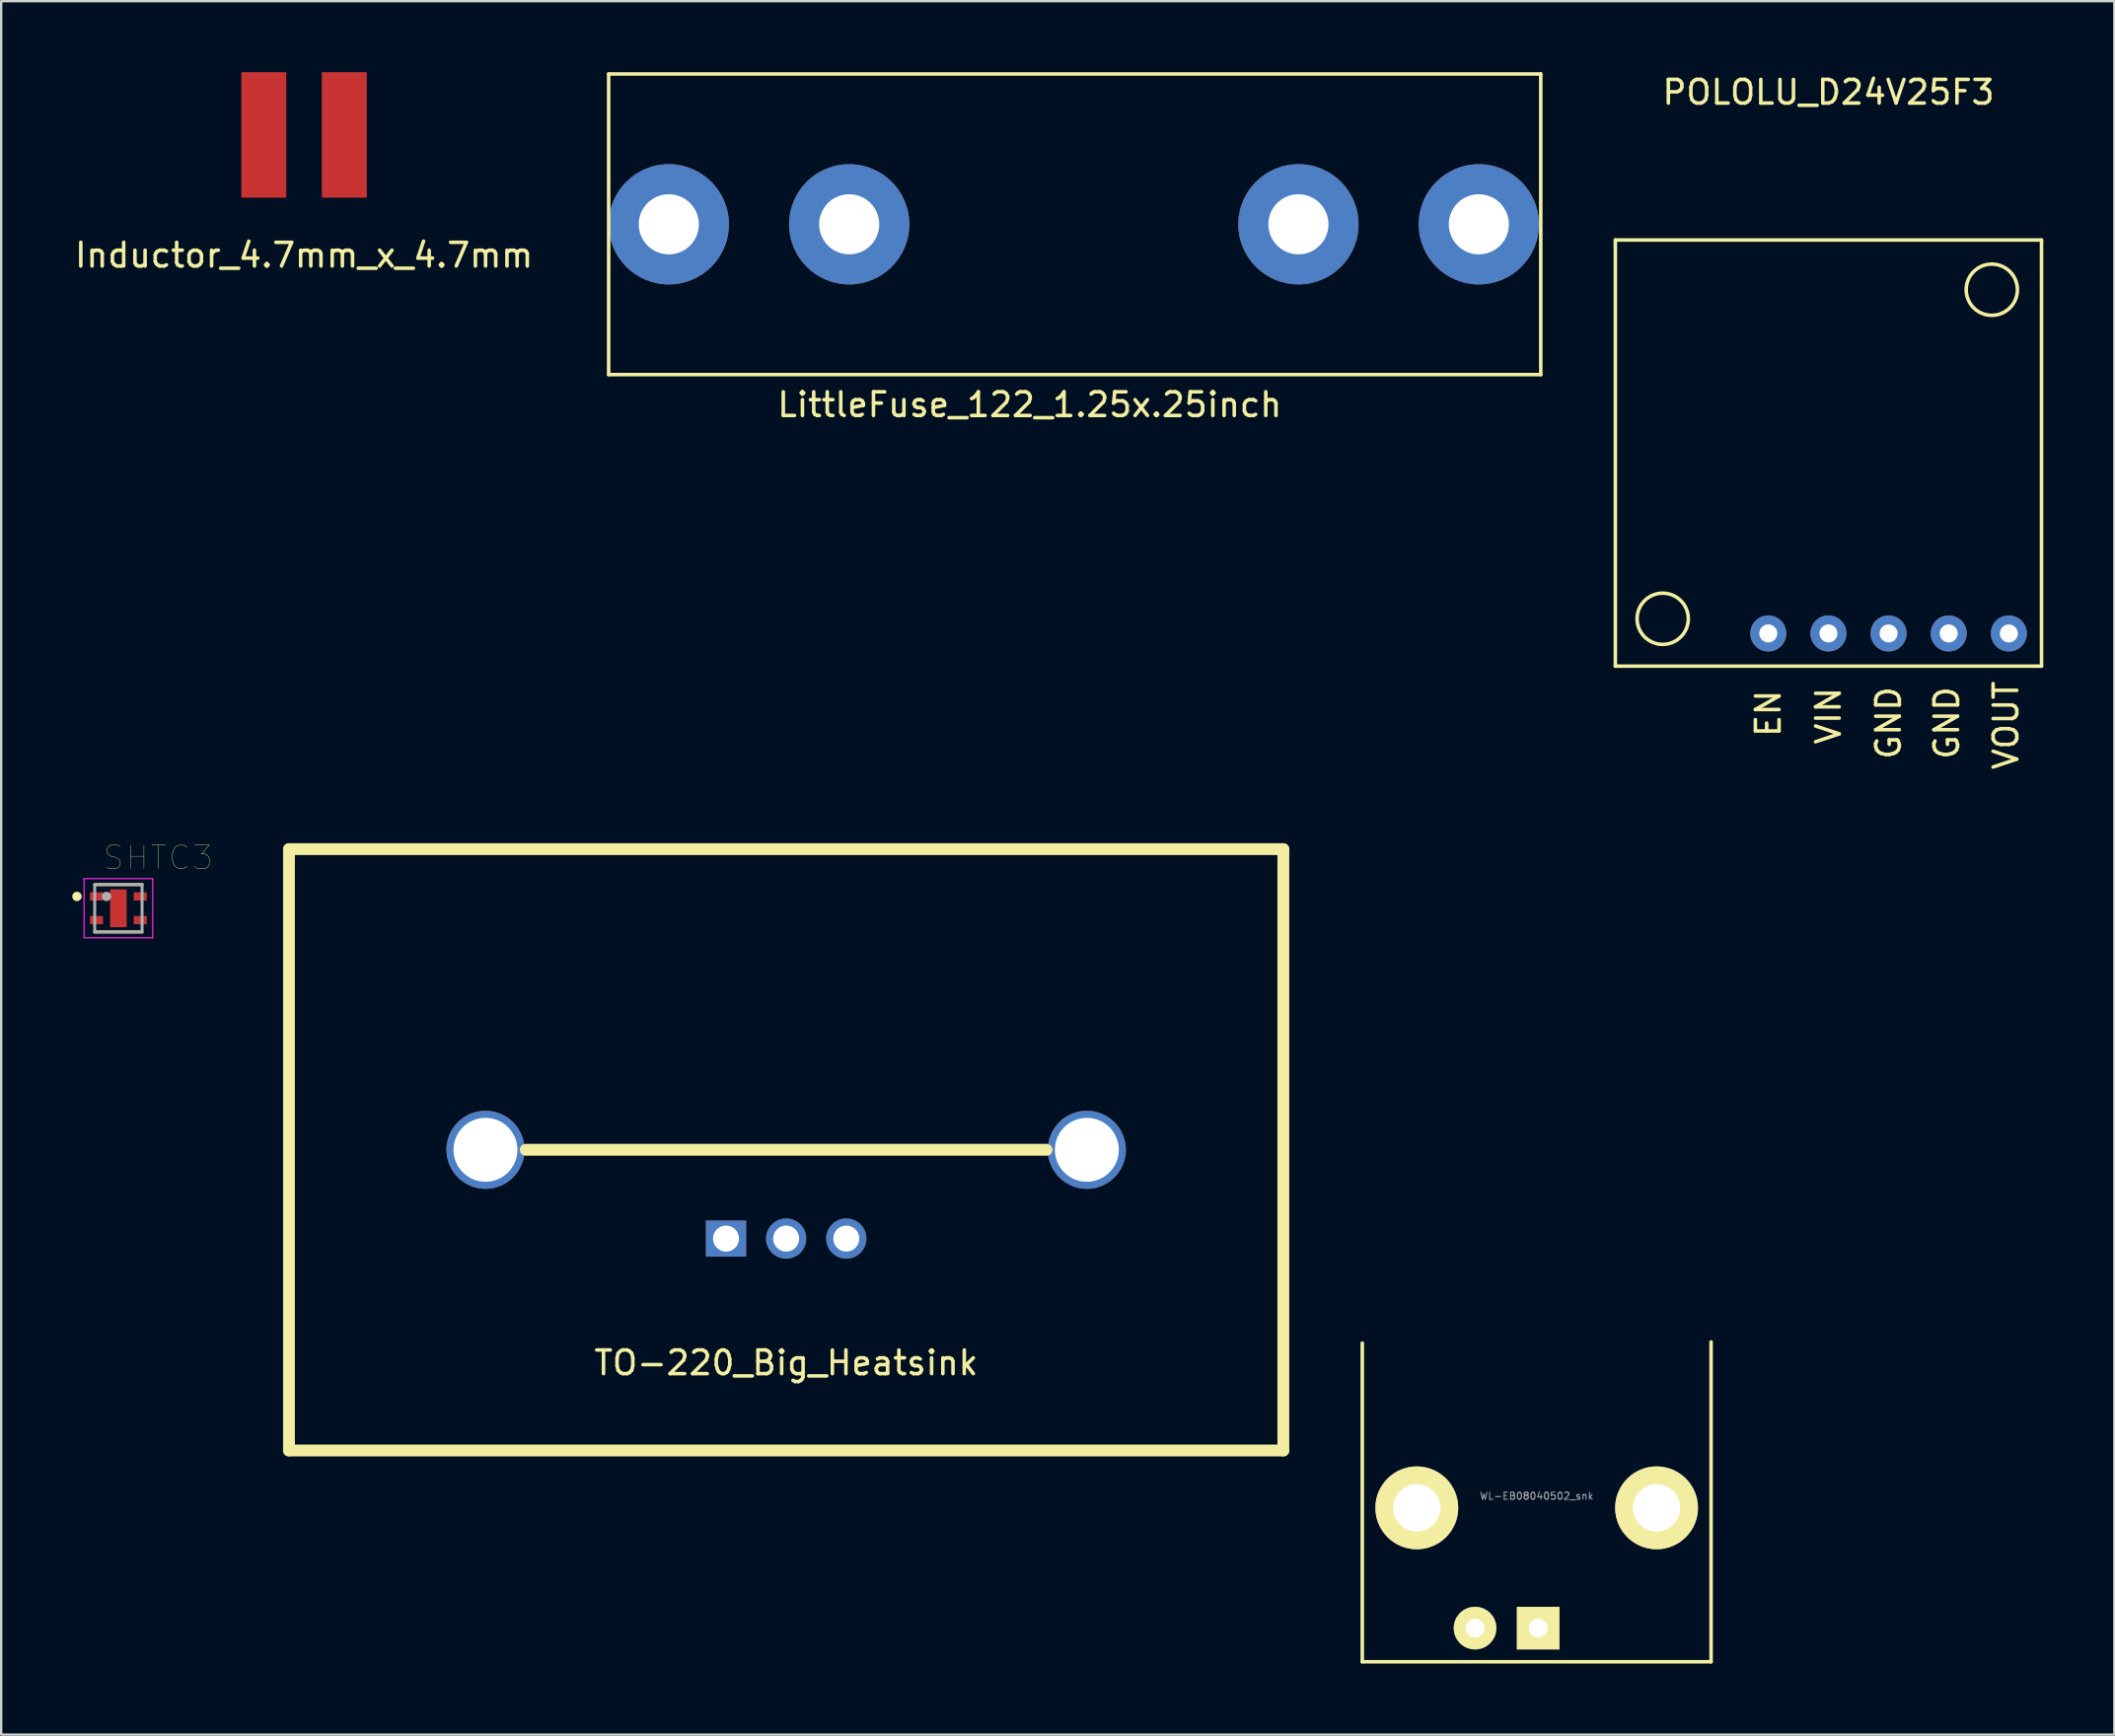
<source format=kicad_pcb>
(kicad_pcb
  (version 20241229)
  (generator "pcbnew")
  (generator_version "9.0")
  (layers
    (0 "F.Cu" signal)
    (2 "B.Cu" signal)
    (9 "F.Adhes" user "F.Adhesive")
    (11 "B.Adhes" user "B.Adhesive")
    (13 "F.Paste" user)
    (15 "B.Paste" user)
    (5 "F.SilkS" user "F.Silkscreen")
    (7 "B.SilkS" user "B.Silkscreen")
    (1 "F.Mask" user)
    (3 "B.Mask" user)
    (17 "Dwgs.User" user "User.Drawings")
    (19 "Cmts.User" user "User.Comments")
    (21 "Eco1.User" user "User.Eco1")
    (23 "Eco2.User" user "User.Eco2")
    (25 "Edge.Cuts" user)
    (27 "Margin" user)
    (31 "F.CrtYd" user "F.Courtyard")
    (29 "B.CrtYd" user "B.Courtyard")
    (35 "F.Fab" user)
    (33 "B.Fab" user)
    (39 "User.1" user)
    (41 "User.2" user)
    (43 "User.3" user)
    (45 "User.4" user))
  (footprint "Inductor_4.7mm_x_4.7mm"
    (layer "F.Cu")
    (at 9.792 2.65)
    (property "Reference" "Inductor_4.7mm_x_4.7mm" (at 0 5.08 0) (layer "F.SilkS") (effects (font (size 1 1) (thickness 0.15))))
    (attr through_hole)
    (pad "1" smd rect (at 1.7 0 90) (size 5.3 1.9) (layers "F.Cu" "F.Mask" "F.Paste"))
    (pad "2" smd rect (at -1.7 0 90) (size 5.3 1.9) (layers "F.Cu" "F.Mask" "F.Paste")))
  (footprint "POLOLU_D24V25F3"
    (layer "F.Cu")
    (at 74.178 16.088)
    (property "Reference" "POLOLU_D24V25F3" (at 0 -15.24 0) (layer "F.SilkS") (effects (font (size 1 1) (thickness 0.15))))
    (attr through_hole)
    (fp_line (start -9 -9) (end 9 -9) (stroke (width 0.15) (type solid)) (layer "F.SilkS"))
    (fp_line (start -9 9) (end -9 -9) (stroke (width 0.15) (type solid)) (layer "F.SilkS"))
    (fp_line (start 9 -9) (end 9 9) (stroke (width 0.15) (type solid)) (layer "F.SilkS"))
    (fp_line (start 9 9) (end -9 9) (stroke (width 0.15) (type solid)) (layer "F.SilkS"))
    (fp_circle (center -7 7) (end -6.1 7.6) (stroke (width 0.15) (type solid)) (fill no) (layer "F.SilkS"))
    (fp_circle (center 6.9 -6.9) (end 7.8 -6.3) (stroke (width 0.15) (type solid)) (fill no) (layer "F.SilkS"))
    (fp_text user "EN" (at -2.54 11 270) (layer "F.SilkS") (effects (font (size 1 1) (thickness 0.15))))
    (fp_text user "GND" (at 5 11.4 90) (layer "F.SilkS") (effects (font (size 1 1) (thickness 0.15))))
    (fp_text user "GND" (at 2.54 11.4 90) (layer "F.SilkS") (effects (font (size 1 1) (thickness 0.15))))
    (fp_text user "VIN" (at 0 11.1 90) (layer "F.SilkS") (effects (font (size 1 1) (thickness 0.15))))
    (fp_text user "VOUT" (at 7.5 11.5 90) (layer "F.SilkS") (effects (font (size 1 1) (thickness 0.15))))
    (pad "1" thru_hole circle (at -2.54 7.62) (size 1.524 1.524) (drill 0.762) (layers "*.Cu" "*.Mask"))
    (pad "2" thru_hole circle (at 0 7.62) (size 1.524 1.524) (drill 0.762) (layers "*.Cu" "*.Mask"))
    (pad "3" thru_hole circle (at 2.54 7.62) (size 1.524 1.524) (drill 0.762) (layers "*.Cu" "*.Mask"))
    (pad "4" thru_hole circle (at 5.08 7.62) (size 1.524 1.524) (drill 0.762) (layers "*.Cu" "*.Mask"))
    (pad "5" thru_hole circle (at 7.62 7.62) (size 1.524 1.524) (drill 0.762) (layers "*.Cu" "*.Mask")))
  (footprint "SHTC3"
    (layer "F.Cu")
    (at 1.95 35.317)
    (property "Reference" "SHTC3" (at 1.675 -2.135 0) (layer "F.SilkS") (effects (font (size 1 1) (thickness 0.015))))
    (attr through_hole)
    (fp_line (start -1 -1) (end 1 -1) (stroke (width 0.127) (type solid)) (layer "F.SilkS"))
    (fp_line (start 1 1) (end -1 1) (stroke (width 0.127) (type solid)) (layer "F.SilkS"))
    (fp_circle (center -1.75 -0.5) (end -1.65 -0.5) (stroke (width 0.2) (type solid)) (fill no) (layer "F.SilkS"))
    (fp_poly (pts (xy -1.301 0.325) (xy -0.75 0.325) (xy -0.75 0.676) (xy -1.301 0.676)) (stroke (width 0.01) (type solid)) (fill yes) (layer "F.Paste"))
    (fp_poly (pts (xy -1.301 -0.675) (xy -0.75 -0.675) (xy -0.75 -0.325) (xy -1.301 -0.325)) (stroke (width 0.01) (type solid)) (fill yes) (layer "F.Paste"))
    (fp_poly (pts (xy -0.25 -0.7) (xy 0.25 -0.7) (xy 0.25 0.701) (xy -0.25 0.701)) (stroke (width 0.01) (type solid)) (fill yes) (layer "F.Paste"))
    (fp_poly (pts (xy 0.751 -0.675) (xy 1.3 -0.675) (xy 1.3 -0.325) (xy 0.751 -0.325)) (stroke (width 0.01) (type solid)) (fill yes) (layer "F.Paste"))
    (fp_poly (pts (xy 0.751 0.325) (xy 1.3 0.325) (xy 1.3 0.676) (xy 0.751 0.676)) (stroke (width 0.01) (type solid)) (fill yes) (layer "F.Paste"))
    (fp_line (start -1.45 -1.25) (end 1.45 -1.25) (stroke (width 0.05) (type solid)) (layer "F.CrtYd"))
    (fp_line (start -1.45 1.25) (end -1.45 -1.25) (stroke (width 0.05) (type solid)) (layer "F.CrtYd"))
    (fp_line (start 1.45 -1.25) (end 1.45 1.25) (stroke (width 0.05) (type solid)) (layer "F.CrtYd"))
    (fp_line (start 1.45 1.25) (end -1.45 1.25) (stroke (width 0.05) (type solid)) (layer "F.CrtYd"))
    (fp_line (start -1 -1) (end 1 -1) (stroke (width 0.127) (type solid)) (layer "F.Fab"))
    (fp_line (start -1 1) (end -1 -1) (stroke (width 0.127) (type solid)) (layer "F.Fab"))
    (fp_line (start 1 -1) (end 1 1) (stroke (width 0.127) (type solid)) (layer "F.Fab"))
    (fp_line (start 1 1) (end -1 1) (stroke (width 0.127) (type solid)) (layer "F.Fab"))
    (fp_circle (center -0.5 -0.5) (end -0.4 -0.5) (stroke (width 0.2) (type solid)) (fill no) (layer "F.Fab"))
    (pad "1" smd rect (at -0.925 -0.5) (size 0.55 0.35) (layers "F.Cu" "F.Mask"))
    (pad "2" smd rect (at -0.925 0.5) (size 0.55 0.35) (layers "F.Cu" "F.Mask"))
    (pad "3" smd rect (at 0.925 0.5) (size 0.55 0.35) (layers "F.Cu" "F.Mask"))
    (pad "4" smd rect (at 0.925 -0.5) (size 0.55 0.35) (layers "F.Cu" "F.Mask"))
    (pad "5" smd rect (at 0 0) (size 0.7 1.6) (layers "F.Cu" "F.Mask")))
  (footprint "TO-220_Big_Heatsink"
    (layer "F.Cu")
    (at 30.155 45.52)
    (property "Reference" "TO-220_Big_Heatsink" (at 0 9 0) (layer "F.SilkS") (effects (font (size 1 1) (thickness 0.15))))
    (attr through_hole)
    (fp_line (start -21 -12.7) (end 21 -12.7) (stroke (width 0.5) (type solid)) (layer "F.SilkS"))
    (fp_line (start -21 12.7) (end -21 -12.7) (stroke (width 0.5) (type solid)) (layer "F.SilkS"))
    (fp_line (start -21 12.7) (end 21 12.7) (stroke (width 0.5) (type solid)) (layer "F.SilkS"))
    (fp_line (start -11 0) (end 11 0) (stroke (width 0.5) (type solid)) (layer "F.SilkS"))
    (fp_line (start 21 12.7) (end 21 -12.7) (stroke (width 0.5) (type solid)) (layer "F.SilkS"))
    (pad "" np_thru_hole circle (at -12.7 0) (size 3.3 3.3) (drill 2.7) (layers "*.Cu" "*.Mask"))
    (pad "" np_thru_hole circle (at 12.7 0) (size 3.3 3.3) (drill 2.7) (layers "*.Cu" "*.Mask"))
    (pad "1" thru_hole rect (at -2.54 3.75) (size 1.7 1.524) (drill 1.1) (layers "*.Cu" "*.Mask"))
    (pad "2" thru_hole circle (at 0 3.75) (size 1.7 1.7) (drill 1.1) (layers "*.Cu" "*.Mask"))
    (pad "3" thru_hole circle (at 2.54 3.75) (size 1.7 1.7) (drill 1.1) (layers "*.Cu" "*.Mask")))
  (footprint "LittleFuse_122_1.25x.25inch"
    (layer "F.Cu")
    (at 25.198 6.425)
    (property "Reference" "LittleFuse_122_1.25x.25inch" (at 15.24 7.62 0) (layer "F.SilkS") (effects (font (size 1 1) (thickness 0.15))))
    (attr through_hole)
    (fp_line (start -2.54 -6.35) (end -2.54 6.35) (stroke (width 0.15) (type solid)) (layer "F.SilkS"))
    (fp_line (start -2.54 6.35) (end 36.83 6.35) (stroke (width 0.15) (type solid)) (layer "F.SilkS"))
    (fp_line (start 36.83 -6.35) (end -2.54 -6.35) (stroke (width 0.15) (type solid)) (layer "F.SilkS"))
    (fp_line (start 36.83 -6.35) (end 36.83 6.35) (stroke (width 0.15) (type solid)) (layer "F.SilkS"))
    (pad "1" thru_hole circle (at 26.594 0) (size 5.08 5.08) (drill 2.54) (layers "*.Cu" "*.Mask"))
    (pad "1" thru_hole circle (at 34.214 0) (size 5.08 5.08) (drill 2.54) (layers "*.Cu" "*.Mask"))
    (pad "2" thru_hole circle (at 0 0) (size 5.08 5.08) (drill 2.54) (layers "*.Cu" "*.Mask"))
    (pad "2" thru_hole circle (at 7.62 0) (size 5.08 5.08) (drill 2.54) (layers "*.Cu" "*.Mask")))
  (footprint "WL-EB08040502_snk"
    (layer "F.Cu")
    (at 61.855 60.645)
    (property "Reference" "WL-EB08040502_snk" (at 0 -0.5 0) (layer "F.Fab") (effects (font (size 0.3 0.3) (thickness 0.04))))
    (attr through_hole)
    (fp_line (start -7.366 -6.96) (end -7.366 6.502) (stroke (width 0.15) (type solid)) (layer "F.SilkS"))
    (fp_line (start -7.366 6.502) (end 7.366 6.502) (stroke (width 0.15) (type solid)) (layer "F.SilkS"))
    (fp_line (start 7.366 6.502) (end 7.366 -7.01) (stroke (width 0.15) (type solid)) (layer "F.SilkS"))
    (fp_line (start -7.375 6.5) (end -7.375 -7) (stroke (width 0.15) (type solid)) (layer "Eco2.User"))
    (fp_line (start -6.5 -28) (end 6.5 -28) (stroke (width 0.15) (type solid)) (layer "Eco2.User"))
    (fp_line (start -6.5 -7) (end -6.5 -28) (stroke (width 0.15) (type solid)) (layer "Eco2.User"))
    (fp_line (start 6.5 -28) (end 6.5 -7) (stroke (width 0.15) (type solid)) (layer "Eco2.User"))
    (fp_line (start 7.375 -7) (end -7.375 -7) (stroke (width 0.15) (type solid)) (layer "Eco2.User"))
    (fp_line (start 7.375 -7) (end 7.375 6.5) (stroke (width 0.15) (type solid)) (layer "Eco2.User"))
    (fp_line (start 7.375 6.5) (end -7.375 6.5) (stroke (width 0.15) (type solid)) (layer "Eco2.User"))
    (pad "" thru_hole circle (at -5.064 0) (size 3.5 3.5) (drill 2) (layers "*.Cu" "*.Mask" "F.SilkS"))
    (pad "" thru_hole circle (at 5.064 0) (size 3.5 3.5) (drill 2) (layers "*.Cu" "*.Mask" "F.SilkS"))
    (pad "1" thru_hole rect (at 0.064 5.08) (size 1.8 1.8) (drill 0.8) (layers "*.Cu" "*.Mask" "F.SilkS"))
    (pad "2" thru_hole circle (at -2.603 5.08) (size 1.8 1.8) (drill 0.8) (layers "*.Cu" "*.Mask" "F.SilkS")))
  (gr_rect
    (start -3 -3)
    (end 86.253 70.223)
    (stroke (width 0.1) (type default))
    (fill no)
    (layer "Edge.Cuts")))
</source>
